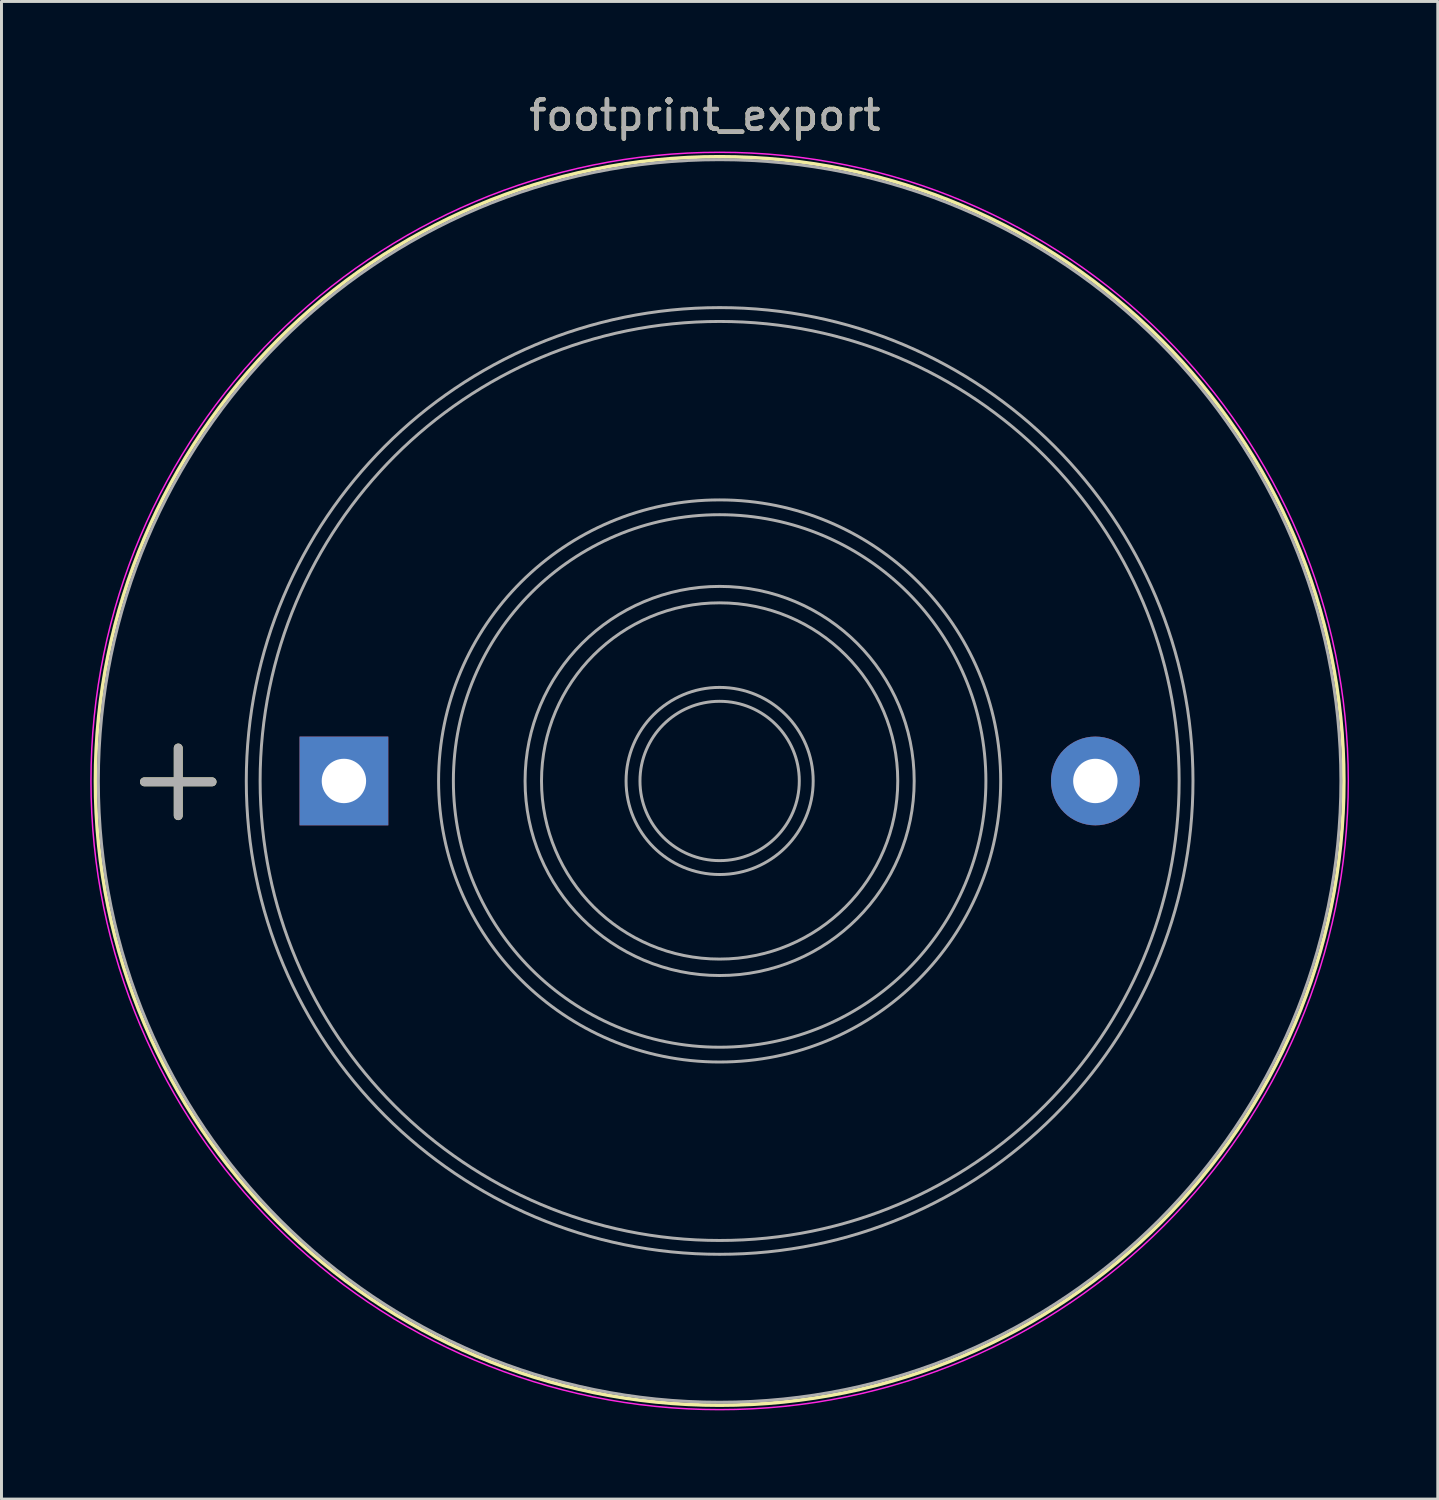
<source format=kicad_pcb>
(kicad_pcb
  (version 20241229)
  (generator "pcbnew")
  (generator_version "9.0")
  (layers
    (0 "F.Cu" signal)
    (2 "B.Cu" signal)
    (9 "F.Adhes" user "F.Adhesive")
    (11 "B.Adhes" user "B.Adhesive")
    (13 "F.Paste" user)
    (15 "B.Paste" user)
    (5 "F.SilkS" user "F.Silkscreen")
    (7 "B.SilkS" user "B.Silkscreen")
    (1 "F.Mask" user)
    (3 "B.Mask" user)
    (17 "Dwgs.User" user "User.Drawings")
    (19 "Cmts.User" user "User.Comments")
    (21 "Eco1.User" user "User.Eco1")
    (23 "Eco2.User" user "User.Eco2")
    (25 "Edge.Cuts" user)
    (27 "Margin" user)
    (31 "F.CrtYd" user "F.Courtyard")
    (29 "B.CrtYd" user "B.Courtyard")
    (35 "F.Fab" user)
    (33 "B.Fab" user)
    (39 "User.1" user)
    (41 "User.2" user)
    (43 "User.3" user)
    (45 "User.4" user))
  (footprint "footprint_export"
    (layer "F.Cu")
    (at 8.575 23.348)
    (property "Reference" "footprint_export" (at 12.2 -22.5 0) (layer "F.SilkS") (effects (font (size 1 1) (thickness 0.15))))
    (attr through_hole)
    (fp_circle (center 12.7 0) (end 33.8 0) (stroke (width 0.12) (type solid)) (fill no) (layer "F.SilkS"))
    (fp_circle (center 12.7 0) (end 33.95 0) (stroke (width 0.05) (type solid)) (fill no) (layer "F.CrtYd"))
    (fp_circle (center 12.7 0) (end 15.2 1) (stroke (width 0.1) (type solid)) (fill no) (layer "F.Fab"))
    (fp_circle (center 12.7 0) (end 15.7 1) (stroke (width 0.1) (type solid)) (fill no) (layer "F.Fab"))
    (fp_circle (center 12.7 0) (end 18.7 0.5) (stroke (width 0.1) (type solid)) (fill no) (layer "F.Fab"))
    (fp_circle (center 12.7 0) (end 19.2 1) (stroke (width 0.1) (type solid)) (fill no) (layer "F.Fab"))
    (fp_circle (center 12.7 0) (end 21.7 0) (stroke (width 0.1) (type solid)) (fill no) (layer "F.Fab"))
    (fp_circle (center 12.7 0) (end 22.2 0) (stroke (width 0.1) (type solid)) (fill no) (layer "F.Fab"))
    (fp_circle (center 12.7 0) (end 28.2 1) (stroke (width 0.1) (type solid)) (fill no) (layer "F.Fab"))
    (fp_circle (center 12.7 0) (end 28.7 0) (stroke (width 0.1) (type solid)) (fill no) (layer "F.Fab"))
    (fp_circle (center 12.7 0) (end 33.7 0) (stroke (width 0.1) (type solid)) (fill no) (layer "F.Fab"))
    (fp_text user "+" (at -5.6 -0.2 0) (layer "F.SilkS") (effects (font (size 3 3) (thickness 0.3))))
    (fp_text user "+" (at -5.6 -0.2 0) (layer "F.Fab") (effects (font (size 3 3) (thickness 0.3))))
    (fp_text user "${REFERENCE}" (at 12.2 -22.5 0) (layer "F.Fab") (effects (font (size 1 1) (thickness 0.15))))
    (pad "1" thru_hole rect (at 0 0) (size 3 3) (drill 1.5) (layers "*.Cu" "*.Mask"))
    (pad "2" thru_hole circle (at 25.4 0) (size 3 3) (drill 1.5) (layers "*.Cu" "*.Mask")))
  (gr_rect
    (start -3 -3)
    (end 45.55 47.623)
    (stroke (width 0.1) (type default))
    (fill no)
    (layer "Edge.Cuts")))
</source>
